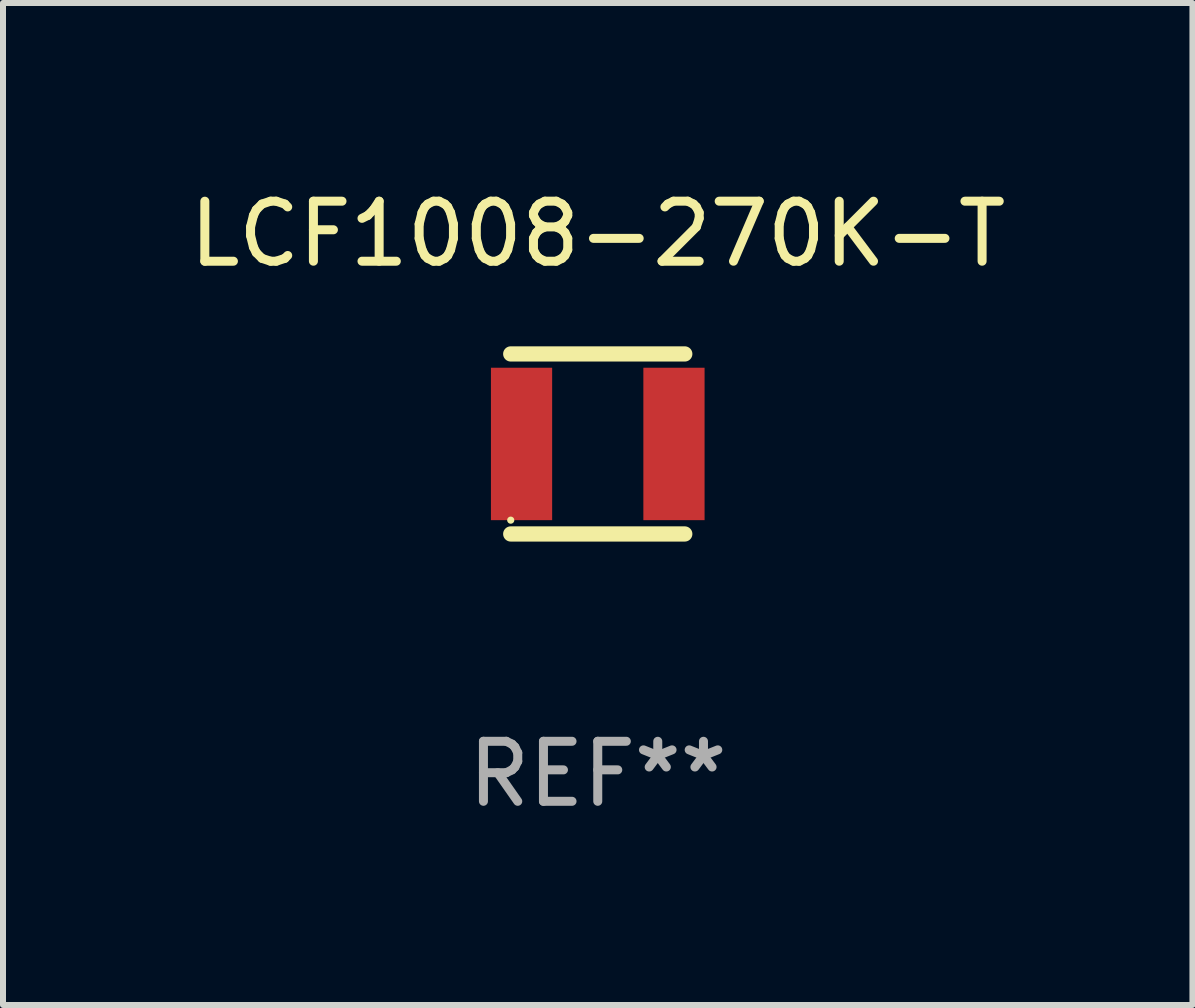
<source format=kicad_pcb>
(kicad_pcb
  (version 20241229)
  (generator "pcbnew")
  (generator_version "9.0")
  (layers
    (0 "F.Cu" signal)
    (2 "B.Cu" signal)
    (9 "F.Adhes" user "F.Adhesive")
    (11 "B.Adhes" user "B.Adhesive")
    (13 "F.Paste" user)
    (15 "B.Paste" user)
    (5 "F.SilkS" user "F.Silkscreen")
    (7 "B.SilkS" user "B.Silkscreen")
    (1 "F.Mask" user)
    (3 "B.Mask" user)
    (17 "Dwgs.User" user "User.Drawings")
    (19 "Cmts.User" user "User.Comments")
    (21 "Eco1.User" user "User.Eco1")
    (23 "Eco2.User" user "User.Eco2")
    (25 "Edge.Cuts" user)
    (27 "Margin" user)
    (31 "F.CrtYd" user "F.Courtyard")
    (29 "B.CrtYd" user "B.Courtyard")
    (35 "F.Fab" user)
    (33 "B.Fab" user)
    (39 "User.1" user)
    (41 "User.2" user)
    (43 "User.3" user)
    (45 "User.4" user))
  (footprint "LCF1008-270K-T"
    (layer "F.Cu")
    (at 6.911 4.348)
    (property "Reference" "LCF1008-270K-T" (at 0 -3.5 0) (layer "F.SilkS") (effects (font (size 1 1) (thickness 0.15))))
    (attr through_hole)
    (fp_line (start -1.45 -1.5) (end 1.45 -1.5) (stroke (width 0.254) (type solid)) (layer "F.SilkS"))
    (fp_line (start -1.45 1.5) (end 1.45 1.5) (stroke (width 0.254) (type solid)) (layer "F.SilkS"))
    (fp_circle (center -1.45 1.27) (end -1.42 1.27) (stroke (width 0.06) (type solid)) (fill no) (layer "F.SilkS"))
    (fp_text user "REF**" (at 0 5.5 0) (layer "F.Fab") (effects (font (size 1 1) (thickness 0.15))))
    (pad "1" smd rect (at -1.27 0 90) (size 2.54 1.02) (layers "F.Cu" "F.Mask" "F.Paste"))
    (pad "2" smd rect (at 1.27 0 90) (size 2.54 1.02) (layers "F.Cu" "F.Mask" "F.Paste")))
  (gr_rect
    (start -3 -3)
    (end 16.821 13.697)
    (stroke (width 0.1) (type default))
    (fill no)
    (layer "Edge.Cuts")))
</source>
